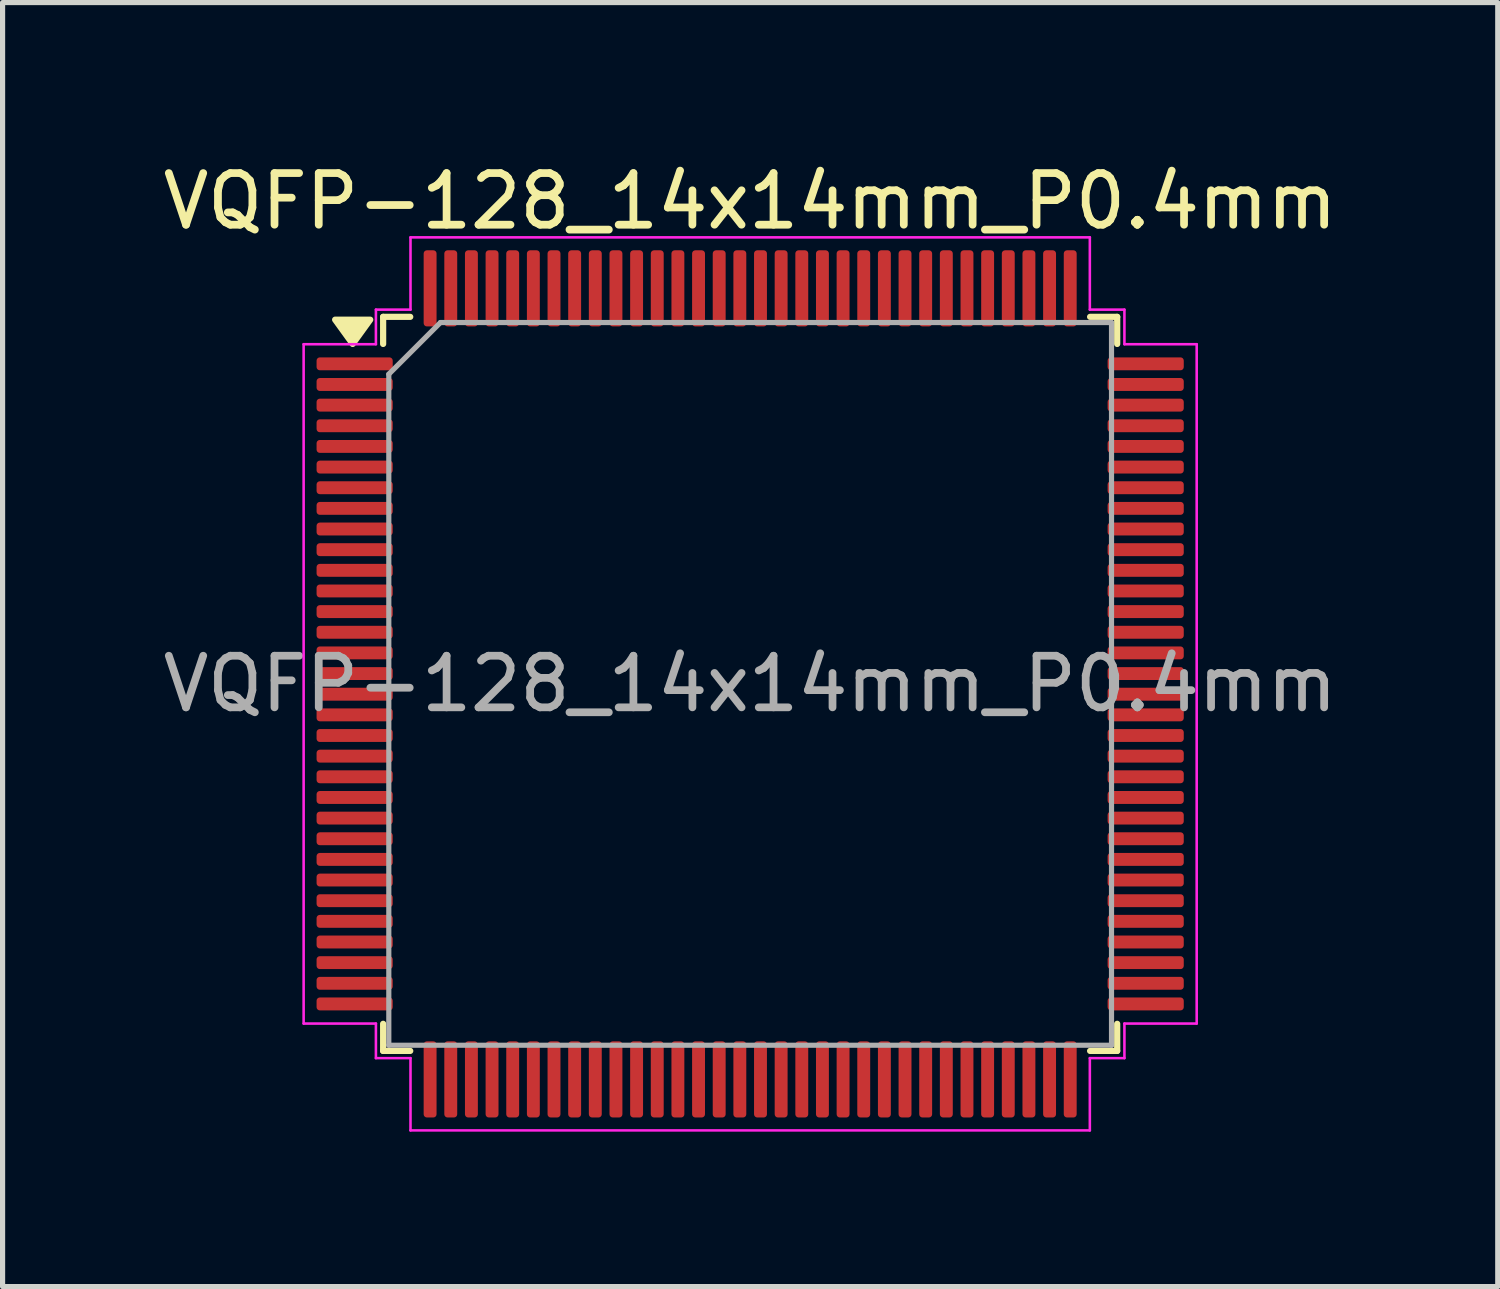
<source format=kicad_pcb>
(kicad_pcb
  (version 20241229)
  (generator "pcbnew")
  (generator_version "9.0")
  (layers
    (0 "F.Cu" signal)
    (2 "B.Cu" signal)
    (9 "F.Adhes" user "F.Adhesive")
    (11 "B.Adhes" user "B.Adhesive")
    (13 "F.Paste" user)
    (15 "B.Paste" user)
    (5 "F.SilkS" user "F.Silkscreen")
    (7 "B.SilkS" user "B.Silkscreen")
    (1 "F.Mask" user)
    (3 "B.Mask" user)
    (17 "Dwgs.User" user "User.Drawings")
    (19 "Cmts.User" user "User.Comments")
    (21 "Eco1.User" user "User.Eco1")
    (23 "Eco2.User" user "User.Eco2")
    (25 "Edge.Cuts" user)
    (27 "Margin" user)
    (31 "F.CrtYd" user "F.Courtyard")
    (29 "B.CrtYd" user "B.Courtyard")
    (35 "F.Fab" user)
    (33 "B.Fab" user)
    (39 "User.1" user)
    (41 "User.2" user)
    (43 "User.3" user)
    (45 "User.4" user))
  (footprint "VQFP-128_14x14mm_P0.4mm"
    (layer "F.Cu")
    (at 11.482 10.198)
    (property "Reference" "VQFP-128_14x14mm_P0.4mm" (at 0 -9.35 0) (layer "F.SilkS") (effects (font (size 1 1) (thickness 0.15))))
    (attr smd)
    (fp_line (start -7.11 -7.11) (end -7.11 -6.585) (stroke (width 0.12) (type solid)) (layer "F.SilkS"))
    (fp_line (start -7.11 7.11) (end -7.11 6.585) (stroke (width 0.12) (type solid)) (layer "F.SilkS"))
    (fp_line (start -6.585 -7.11) (end -7.11 -7.11) (stroke (width 0.12) (type solid)) (layer "F.SilkS"))
    (fp_line (start -6.585 7.11) (end -7.11 7.11) (stroke (width 0.12) (type solid)) (layer "F.SilkS"))
    (fp_line (start 6.585 -7.11) (end 7.11 -7.11) (stroke (width 0.12) (type solid)) (layer "F.SilkS"))
    (fp_line (start 6.585 7.11) (end 7.11 7.11) (stroke (width 0.12) (type solid)) (layer "F.SilkS"))
    (fp_line (start 7.11 -7.11) (end 7.11 -6.585) (stroke (width 0.12) (type solid)) (layer "F.SilkS"))
    (fp_line (start 7.11 7.11) (end 7.11 6.585) (stroke (width 0.12) (type solid)) (layer "F.SilkS"))
    (fp_poly (pts (xy -7.7 -6.585) (xy -8.04 -7.055) (xy -7.36 -7.055)) (stroke (width 0.12) (type solid)) (fill yes) (layer "F.SilkS"))
    (fp_line (start -8.65 -6.58) (end -7.25 -6.58) (stroke (width 0.05) (type solid)) (layer "F.CrtYd"))
    (fp_line (start -8.65 6.58) (end -8.65 -6.58) (stroke (width 0.05) (type solid)) (layer "F.CrtYd"))
    (fp_line (start -7.25 -7.25) (end -6.58 -7.25) (stroke (width 0.05) (type solid)) (layer "F.CrtYd"))
    (fp_line (start -7.25 -6.58) (end -7.25 -7.25) (stroke (width 0.05) (type solid)) (layer "F.CrtYd"))
    (fp_line (start -7.25 6.58) (end -8.65 6.58) (stroke (width 0.05) (type solid)) (layer "F.CrtYd"))
    (fp_line (start -7.25 7.25) (end -7.25 6.58) (stroke (width 0.05) (type solid)) (layer "F.CrtYd"))
    (fp_line (start -6.58 -8.65) (end 6.58 -8.65) (stroke (width 0.05) (type solid)) (layer "F.CrtYd"))
    (fp_line (start -6.58 -7.25) (end -6.58 -8.65) (stroke (width 0.05) (type solid)) (layer "F.CrtYd"))
    (fp_line (start -6.58 7.25) (end -7.25 7.25) (stroke (width 0.05) (type solid)) (layer "F.CrtYd"))
    (fp_line (start -6.58 8.65) (end -6.58 7.25) (stroke (width 0.05) (type solid)) (layer "F.CrtYd"))
    (fp_line (start 6.58 -8.65) (end 6.58 -7.25) (stroke (width 0.05) (type solid)) (layer "F.CrtYd"))
    (fp_line (start 6.58 -7.25) (end 7.25 -7.25) (stroke (width 0.05) (type solid)) (layer "F.CrtYd"))
    (fp_line (start 6.58 7.25) (end 6.58 8.65) (stroke (width 0.05) (type solid)) (layer "F.CrtYd"))
    (fp_line (start 6.58 8.65) (end -6.58 8.65) (stroke (width 0.05) (type solid)) (layer "F.CrtYd"))
    (fp_line (start 7.25 -7.25) (end 7.25 -6.58) (stroke (width 0.05) (type solid)) (layer "F.CrtYd"))
    (fp_line (start 7.25 -6.58) (end 8.65 -6.58) (stroke (width 0.05) (type solid)) (layer "F.CrtYd"))
    (fp_line (start 7.25 6.58) (end 7.25 7.25) (stroke (width 0.05) (type solid)) (layer "F.CrtYd"))
    (fp_line (start 7.25 7.25) (end 6.58 7.25) (stroke (width 0.05) (type solid)) (layer "F.CrtYd"))
    (fp_line (start 8.65 -6.58) (end 8.65 6.58) (stroke (width 0.05) (type solid)) (layer "F.CrtYd"))
    (fp_line (start 8.65 6.58) (end 7.25 6.58) (stroke (width 0.05) (type solid)) (layer "F.CrtYd"))
    (fp_line (start -7 -6) (end -6 -7) (stroke (width 0.1) (type solid)) (layer "F.Fab"))
    (fp_line (start -7 7) (end -7 -6) (stroke (width 0.1) (type solid)) (layer "F.Fab"))
    (fp_line (start -6 -7) (end 7 -7) (stroke (width 0.1) (type solid)) (layer "F.Fab"))
    (fp_line (start 7 -7) (end 7 7) (stroke (width 0.1) (type solid)) (layer "F.Fab"))
    (fp_line (start 7 7) (end -7 7) (stroke (width 0.1) (type solid)) (layer "F.Fab"))
    (fp_text user "${REFERENCE}" (at 0 0 0) (layer "F.Fab") (effects (font (size 1 1) (thickness 0.15))))
    (pad "1" smd roundrect (at -7.662 -6.2) (size 1.475 0.25) (layers "F.Cu" "F.Mask" "F.Paste") (roundrect_rratio 0.25))
    (pad "2" smd roundrect (at -7.662 -5.8) (size 1.475 0.25) (layers "F.Cu" "F.Mask" "F.Paste") (roundrect_rratio 0.25))
    (pad "3" smd roundrect (at -7.662 -5.4) (size 1.475 0.25) (layers "F.Cu" "F.Mask" "F.Paste") (roundrect_rratio 0.25))
    (pad "4" smd roundrect (at -7.662 -5) (size 1.475 0.25) (layers "F.Cu" "F.Mask" "F.Paste") (roundrect_rratio 0.25))
    (pad "5" smd roundrect (at -7.662 -4.6) (size 1.475 0.25) (layers "F.Cu" "F.Mask" "F.Paste") (roundrect_rratio 0.25))
    (pad "6" smd roundrect (at -7.662 -4.2) (size 1.475 0.25) (layers "F.Cu" "F.Mask" "F.Paste") (roundrect_rratio 0.25))
    (pad "7" smd roundrect (at -7.662 -3.8) (size 1.475 0.25) (layers "F.Cu" "F.Mask" "F.Paste") (roundrect_rratio 0.25))
    (pad "8" smd roundrect (at -7.662 -3.4) (size 1.475 0.25) (layers "F.Cu" "F.Mask" "F.Paste") (roundrect_rratio 0.25))
    (pad "9" smd roundrect (at -7.662 -3) (size 1.475 0.25) (layers "F.Cu" "F.Mask" "F.Paste") (roundrect_rratio 0.25))
    (pad "10" smd roundrect (at -7.662 -2.6) (size 1.475 0.25) (layers "F.Cu" "F.Mask" "F.Paste") (roundrect_rratio 0.25))
    (pad "11" smd roundrect (at -7.662 -2.2) (size 1.475 0.25) (layers "F.Cu" "F.Mask" "F.Paste") (roundrect_rratio 0.25))
    (pad "12" smd roundrect (at -7.662 -1.8) (size 1.475 0.25) (layers "F.Cu" "F.Mask" "F.Paste") (roundrect_rratio 0.25))
    (pad "13" smd roundrect (at -7.662 -1.4) (size 1.475 0.25) (layers "F.Cu" "F.Mask" "F.Paste") (roundrect_rratio 0.25))
    (pad "14" smd roundrect (at -7.662 -1) (size 1.475 0.25) (layers "F.Cu" "F.Mask" "F.Paste") (roundrect_rratio 0.25))
    (pad "15" smd roundrect (at -7.662 -0.6) (size 1.475 0.25) (layers "F.Cu" "F.Mask" "F.Paste") (roundrect_rratio 0.25))
    (pad "16" smd roundrect (at -7.662 -0.2) (size 1.475 0.25) (layers "F.Cu" "F.Mask" "F.Paste") (roundrect_rratio 0.25))
    (pad "17" smd roundrect (at -7.662 0.2) (size 1.475 0.25) (layers "F.Cu" "F.Mask" "F.Paste") (roundrect_rratio 0.25))
    (pad "18" smd roundrect (at -7.662 0.6) (size 1.475 0.25) (layers "F.Cu" "F.Mask" "F.Paste") (roundrect_rratio 0.25))
    (pad "19" smd roundrect (at -7.662 1) (size 1.475 0.25) (layers "F.Cu" "F.Mask" "F.Paste") (roundrect_rratio 0.25))
    (pad "20" smd roundrect (at -7.662 1.4) (size 1.475 0.25) (layers "F.Cu" "F.Mask" "F.Paste") (roundrect_rratio 0.25))
    (pad "21" smd roundrect (at -7.662 1.8) (size 1.475 0.25) (layers "F.Cu" "F.Mask" "F.Paste") (roundrect_rratio 0.25))
    (pad "22" smd roundrect (at -7.662 2.2) (size 1.475 0.25) (layers "F.Cu" "F.Mask" "F.Paste") (roundrect_rratio 0.25))
    (pad "23" smd roundrect (at -7.662 2.6) (size 1.475 0.25) (layers "F.Cu" "F.Mask" "F.Paste") (roundrect_rratio 0.25))
    (pad "24" smd roundrect (at -7.662 3) (size 1.475 0.25) (layers "F.Cu" "F.Mask" "F.Paste") (roundrect_rratio 0.25))
    (pad "25" smd roundrect (at -7.662 3.4) (size 1.475 0.25) (layers "F.Cu" "F.Mask" "F.Paste") (roundrect_rratio 0.25))
    (pad "26" smd roundrect (at -7.662 3.8) (size 1.475 0.25) (layers "F.Cu" "F.Mask" "F.Paste") (roundrect_rratio 0.25))
    (pad "27" smd roundrect (at -7.662 4.2) (size 1.475 0.25) (layers "F.Cu" "F.Mask" "F.Paste") (roundrect_rratio 0.25))
    (pad "28" smd roundrect (at -7.662 4.6) (size 1.475 0.25) (layers "F.Cu" "F.Mask" "F.Paste") (roundrect_rratio 0.25))
    (pad "29" smd roundrect (at -7.662 5) (size 1.475 0.25) (layers "F.Cu" "F.Mask" "F.Paste") (roundrect_rratio 0.25))
    (pad "30" smd roundrect (at -7.662 5.4) (size 1.475 0.25) (layers "F.Cu" "F.Mask" "F.Paste") (roundrect_rratio 0.25))
    (pad "31" smd roundrect (at -7.662 5.8) (size 1.475 0.25) (layers "F.Cu" "F.Mask" "F.Paste") (roundrect_rratio 0.25))
    (pad "32" smd roundrect (at -7.662 6.2) (size 1.475 0.25) (layers "F.Cu" "F.Mask" "F.Paste") (roundrect_rratio 0.25))
    (pad "33" smd roundrect (at -6.2 7.662) (size 0.25 1.475) (layers "F.Cu" "F.Mask" "F.Paste") (roundrect_rratio 0.25))
    (pad "34" smd roundrect (at -5.8 7.662) (size 0.25 1.475) (layers "F.Cu" "F.Mask" "F.Paste") (roundrect_rratio 0.25))
    (pad "35" smd roundrect (at -5.4 7.662) (size 0.25 1.475) (layers "F.Cu" "F.Mask" "F.Paste") (roundrect_rratio 0.25))
    (pad "36" smd roundrect (at -5 7.662) (size 0.25 1.475) (layers "F.Cu" "F.Mask" "F.Paste") (roundrect_rratio 0.25))
    (pad "37" smd roundrect (at -4.6 7.662) (size 0.25 1.475) (layers "F.Cu" "F.Mask" "F.Paste") (roundrect_rratio 0.25))
    (pad "38" smd roundrect (at -4.2 7.662) (size 0.25 1.475) (layers "F.Cu" "F.Mask" "F.Paste") (roundrect_rratio 0.25))
    (pad "39" smd roundrect (at -3.8 7.662) (size 0.25 1.475) (layers "F.Cu" "F.Mask" "F.Paste") (roundrect_rratio 0.25))
    (pad "40" smd roundrect (at -3.4 7.662) (size 0.25 1.475) (layers "F.Cu" "F.Mask" "F.Paste") (roundrect_rratio 0.25))
    (pad "41" smd roundrect (at -3 7.662) (size 0.25 1.475) (layers "F.Cu" "F.Mask" "F.Paste") (roundrect_rratio 0.25))
    (pad "42" smd roundrect (at -2.6 7.662) (size 0.25 1.475) (layers "F.Cu" "F.Mask" "F.Paste") (roundrect_rratio 0.25))
    (pad "43" smd roundrect (at -2.2 7.662) (size 0.25 1.475) (layers "F.Cu" "F.Mask" "F.Paste") (roundrect_rratio 0.25))
    (pad "44" smd roundrect (at -1.8 7.662) (size 0.25 1.475) (layers "F.Cu" "F.Mask" "F.Paste") (roundrect_rratio 0.25))
    (pad "45" smd roundrect (at -1.4 7.662) (size 0.25 1.475) (layers "F.Cu" "F.Mask" "F.Paste") (roundrect_rratio 0.25))
    (pad "46" smd roundrect (at -1 7.662) (size 0.25 1.475) (layers "F.Cu" "F.Mask" "F.Paste") (roundrect_rratio 0.25))
    (pad "47" smd roundrect (at -0.6 7.662) (size 0.25 1.475) (layers "F.Cu" "F.Mask" "F.Paste") (roundrect_rratio 0.25))
    (pad "48" smd roundrect (at -0.2 7.662) (size 0.25 1.475) (layers "F.Cu" "F.Mask" "F.Paste") (roundrect_rratio 0.25))
    (pad "49" smd roundrect (at 0.2 7.662) (size 0.25 1.475) (layers "F.Cu" "F.Mask" "F.Paste") (roundrect_rratio 0.25))
    (pad "50" smd roundrect (at 0.6 7.662) (size 0.25 1.475) (layers "F.Cu" "F.Mask" "F.Paste") (roundrect_rratio 0.25))
    (pad "51" smd roundrect (at 1 7.662) (size 0.25 1.475) (layers "F.Cu" "F.Mask" "F.Paste") (roundrect_rratio 0.25))
    (pad "52" smd roundrect (at 1.4 7.662) (size 0.25 1.475) (layers "F.Cu" "F.Mask" "F.Paste") (roundrect_rratio 0.25))
    (pad "53" smd roundrect (at 1.8 7.662) (size 0.25 1.475) (layers "F.Cu" "F.Mask" "F.Paste") (roundrect_rratio 0.25))
    (pad "54" smd roundrect (at 2.2 7.662) (size 0.25 1.475) (layers "F.Cu" "F.Mask" "F.Paste") (roundrect_rratio 0.25))
    (pad "55" smd roundrect (at 2.6 7.662) (size 0.25 1.475) (layers "F.Cu" "F.Mask" "F.Paste") (roundrect_rratio 0.25))
    (pad "56" smd roundrect (at 3 7.662) (size 0.25 1.475) (layers "F.Cu" "F.Mask" "F.Paste") (roundrect_rratio 0.25))
    (pad "57" smd roundrect (at 3.4 7.662) (size 0.25 1.475) (layers "F.Cu" "F.Mask" "F.Paste") (roundrect_rratio 0.25))
    (pad "58" smd roundrect (at 3.8 7.662) (size 0.25 1.475) (layers "F.Cu" "F.Mask" "F.Paste") (roundrect_rratio 0.25))
    (pad "59" smd roundrect (at 4.2 7.662) (size 0.25 1.475) (layers "F.Cu" "F.Mask" "F.Paste") (roundrect_rratio 0.25))
    (pad "60" smd roundrect (at 4.6 7.662) (size 0.25 1.475) (layers "F.Cu" "F.Mask" "F.Paste") (roundrect_rratio 0.25))
    (pad "61" smd roundrect (at 5 7.662) (size 0.25 1.475) (layers "F.Cu" "F.Mask" "F.Paste") (roundrect_rratio 0.25))
    (pad "62" smd roundrect (at 5.4 7.662) (size 0.25 1.475) (layers "F.Cu" "F.Mask" "F.Paste") (roundrect_rratio 0.25))
    (pad "63" smd roundrect (at 5.8 7.662) (size 0.25 1.475) (layers "F.Cu" "F.Mask" "F.Paste") (roundrect_rratio 0.25))
    (pad "64" smd roundrect (at 6.2 7.662) (size 0.25 1.475) (layers "F.Cu" "F.Mask" "F.Paste") (roundrect_rratio 0.25))
    (pad "65" smd roundrect (at 7.662 6.2) (size 1.475 0.25) (layers "F.Cu" "F.Mask" "F.Paste") (roundrect_rratio 0.25))
    (pad "66" smd roundrect (at 7.662 5.8) (size 1.475 0.25) (layers "F.Cu" "F.Mask" "F.Paste") (roundrect_rratio 0.25))
    (pad "67" smd roundrect (at 7.662 5.4) (size 1.475 0.25) (layers "F.Cu" "F.Mask" "F.Paste") (roundrect_rratio 0.25))
    (pad "68" smd roundrect (at 7.662 5) (size 1.475 0.25) (layers "F.Cu" "F.Mask" "F.Paste") (roundrect_rratio 0.25))
    (pad "69" smd roundrect (at 7.662 4.6) (size 1.475 0.25) (layers "F.Cu" "F.Mask" "F.Paste") (roundrect_rratio 0.25))
    (pad "70" smd roundrect (at 7.662 4.2) (size 1.475 0.25) (layers "F.Cu" "F.Mask" "F.Paste") (roundrect_rratio 0.25))
    (pad "71" smd roundrect (at 7.662 3.8) (size 1.475 0.25) (layers "F.Cu" "F.Mask" "F.Paste") (roundrect_rratio 0.25))
    (pad "72" smd roundrect (at 7.662 3.4) (size 1.475 0.25) (layers "F.Cu" "F.Mask" "F.Paste") (roundrect_rratio 0.25))
    (pad "73" smd roundrect (at 7.662 3) (size 1.475 0.25) (layers "F.Cu" "F.Mask" "F.Paste") (roundrect_rratio 0.25))
    (pad "74" smd roundrect (at 7.662 2.6) (size 1.475 0.25) (layers "F.Cu" "F.Mask" "F.Paste") (roundrect_rratio 0.25))
    (pad "75" smd roundrect (at 7.662 2.2) (size 1.475 0.25) (layers "F.Cu" "F.Mask" "F.Paste") (roundrect_rratio 0.25))
    (pad "76" smd roundrect (at 7.662 1.8) (size 1.475 0.25) (layers "F.Cu" "F.Mask" "F.Paste") (roundrect_rratio 0.25))
    (pad "77" smd roundrect (at 7.662 1.4) (size 1.475 0.25) (layers "F.Cu" "F.Mask" "F.Paste") (roundrect_rratio 0.25))
    (pad "78" smd roundrect (at 7.662 1) (size 1.475 0.25) (layers "F.Cu" "F.Mask" "F.Paste") (roundrect_rratio 0.25))
    (pad "79" smd roundrect (at 7.662 0.6) (size 1.475 0.25) (layers "F.Cu" "F.Mask" "F.Paste") (roundrect_rratio 0.25))
    (pad "80" smd roundrect (at 7.662 0.2) (size 1.475 0.25) (layers "F.Cu" "F.Mask" "F.Paste") (roundrect_rratio 0.25))
    (pad "81" smd roundrect (at 7.662 -0.2) (size 1.475 0.25) (layers "F.Cu" "F.Mask" "F.Paste") (roundrect_rratio 0.25))
    (pad "82" smd roundrect (at 7.662 -0.6) (size 1.475 0.25) (layers "F.Cu" "F.Mask" "F.Paste") (roundrect_rratio 0.25))
    (pad "83" smd roundrect (at 7.662 -1) (size 1.475 0.25) (layers "F.Cu" "F.Mask" "F.Paste") (roundrect_rratio 0.25))
    (pad "84" smd roundrect (at 7.662 -1.4) (size 1.475 0.25) (layers "F.Cu" "F.Mask" "F.Paste") (roundrect_rratio 0.25))
    (pad "85" smd roundrect (at 7.662 -1.8) (size 1.475 0.25) (layers "F.Cu" "F.Mask" "F.Paste") (roundrect_rratio 0.25))
    (pad "86" smd roundrect (at 7.662 -2.2) (size 1.475 0.25) (layers "F.Cu" "F.Mask" "F.Paste") (roundrect_rratio 0.25))
    (pad "87" smd roundrect (at 7.662 -2.6) (size 1.475 0.25) (layers "F.Cu" "F.Mask" "F.Paste") (roundrect_rratio 0.25))
    (pad "88" smd roundrect (at 7.662 -3) (size 1.475 0.25) (layers "F.Cu" "F.Mask" "F.Paste") (roundrect_rratio 0.25))
    (pad "89" smd roundrect (at 7.662 -3.4) (size 1.475 0.25) (layers "F.Cu" "F.Mask" "F.Paste") (roundrect_rratio 0.25))
    (pad "90" smd roundrect (at 7.662 -3.8) (size 1.475 0.25) (layers "F.Cu" "F.Mask" "F.Paste") (roundrect_rratio 0.25))
    (pad "91" smd roundrect (at 7.662 -4.2) (size 1.475 0.25) (layers "F.Cu" "F.Mask" "F.Paste") (roundrect_rratio 0.25))
    (pad "92" smd roundrect (at 7.662 -4.6) (size 1.475 0.25) (layers "F.Cu" "F.Mask" "F.Paste") (roundrect_rratio 0.25))
    (pad "93" smd roundrect (at 7.662 -5) (size 1.475 0.25) (layers "F.Cu" "F.Mask" "F.Paste") (roundrect_rratio 0.25))
    (pad "94" smd roundrect (at 7.662 -5.4) (size 1.475 0.25) (layers "F.Cu" "F.Mask" "F.Paste") (roundrect_rratio 0.25))
    (pad "95" smd roundrect (at 7.662 -5.8) (size 1.475 0.25) (layers "F.Cu" "F.Mask" "F.Paste") (roundrect_rratio 0.25))
    (pad "96" smd roundrect (at 7.662 -6.2) (size 1.475 0.25) (layers "F.Cu" "F.Mask" "F.Paste") (roundrect_rratio 0.25))
    (pad "97" smd roundrect (at 6.2 -7.662) (size 0.25 1.475) (layers "F.Cu" "F.Mask" "F.Paste") (roundrect_rratio 0.25))
    (pad "98" smd roundrect (at 5.8 -7.662) (size 0.25 1.475) (layers "F.Cu" "F.Mask" "F.Paste") (roundrect_rratio 0.25))
    (pad "99" smd roundrect (at 5.4 -7.662) (size 0.25 1.475) (layers "F.Cu" "F.Mask" "F.Paste") (roundrect_rratio 0.25))
    (pad "100" smd roundrect (at 5 -7.662) (size 0.25 1.475) (layers "F.Cu" "F.Mask" "F.Paste") (roundrect_rratio 0.25))
    (pad "101" smd roundrect (at 4.6 -7.662) (size 0.25 1.475) (layers "F.Cu" "F.Mask" "F.Paste") (roundrect_rratio 0.25))
    (pad "102" smd roundrect (at 4.2 -7.662) (size 0.25 1.475) (layers "F.Cu" "F.Mask" "F.Paste") (roundrect_rratio 0.25))
    (pad "103" smd roundrect (at 3.8 -7.662) (size 0.25 1.475) (layers "F.Cu" "F.Mask" "F.Paste") (roundrect_rratio 0.25))
    (pad "104" smd roundrect (at 3.4 -7.662) (size 0.25 1.475) (layers "F.Cu" "F.Mask" "F.Paste") (roundrect_rratio 0.25))
    (pad "105" smd roundrect (at 3 -7.662) (size 0.25 1.475) (layers "F.Cu" "F.Mask" "F.Paste") (roundrect_rratio 0.25))
    (pad "106" smd roundrect (at 2.6 -7.662) (size 0.25 1.475) (layers "F.Cu" "F.Mask" "F.Paste") (roundrect_rratio 0.25))
    (pad "107" smd roundrect (at 2.2 -7.662) (size 0.25 1.475) (layers "F.Cu" "F.Mask" "F.Paste") (roundrect_rratio 0.25))
    (pad "108" smd roundrect (at 1.8 -7.662) (size 0.25 1.475) (layers "F.Cu" "F.Mask" "F.Paste") (roundrect_rratio 0.25))
    (pad "109" smd roundrect (at 1.4 -7.662) (size 0.25 1.475) (layers "F.Cu" "F.Mask" "F.Paste") (roundrect_rratio 0.25))
    (pad "110" smd roundrect (at 1 -7.662) (size 0.25 1.475) (layers "F.Cu" "F.Mask" "F.Paste") (roundrect_rratio 0.25))
    (pad "111" smd roundrect (at 0.6 -7.662) (size 0.25 1.475) (layers "F.Cu" "F.Mask" "F.Paste") (roundrect_rratio 0.25))
    (pad "112" smd roundrect (at 0.2 -7.662) (size 0.25 1.475) (layers "F.Cu" "F.Mask" "F.Paste") (roundrect_rratio 0.25))
    (pad "113" smd roundrect (at -0.2 -7.662) (size 0.25 1.475) (layers "F.Cu" "F.Mask" "F.Paste") (roundrect_rratio 0.25))
    (pad "114" smd roundrect (at -0.6 -7.662) (size 0.25 1.475) (layers "F.Cu" "F.Mask" "F.Paste") (roundrect_rratio 0.25))
    (pad "115" smd roundrect (at -1 -7.662) (size 0.25 1.475) (layers "F.Cu" "F.Mask" "F.Paste") (roundrect_rratio 0.25))
    (pad "116" smd roundrect (at -1.4 -7.662) (size 0.25 1.475) (layers "F.Cu" "F.Mask" "F.Paste") (roundrect_rratio 0.25))
    (pad "117" smd roundrect (at -1.8 -7.662) (size 0.25 1.475) (layers "F.Cu" "F.Mask" "F.Paste") (roundrect_rratio 0.25))
    (pad "118" smd roundrect (at -2.2 -7.662) (size 0.25 1.475) (layers "F.Cu" "F.Mask" "F.Paste") (roundrect_rratio 0.25))
    (pad "119" smd roundrect (at -2.6 -7.662) (size 0.25 1.475) (layers "F.Cu" "F.Mask" "F.Paste") (roundrect_rratio 0.25))
    (pad "120" smd roundrect (at -3 -7.662) (size 0.25 1.475) (layers "F.Cu" "F.Mask" "F.Paste") (roundrect_rratio 0.25))
    (pad "121" smd roundrect (at -3.4 -7.662) (size 0.25 1.475) (layers "F.Cu" "F.Mask" "F.Paste") (roundrect_rratio 0.25))
    (pad "122" smd roundrect (at -3.8 -7.662) (size 0.25 1.475) (layers "F.Cu" "F.Mask" "F.Paste") (roundrect_rratio 0.25))
    (pad "123" smd roundrect (at -4.2 -7.662) (size 0.25 1.475) (layers "F.Cu" "F.Mask" "F.Paste") (roundrect_rratio 0.25))
    (pad "124" smd roundrect (at -4.6 -7.662) (size 0.25 1.475) (layers "F.Cu" "F.Mask" "F.Paste") (roundrect_rratio 0.25))
    (pad "125" smd roundrect (at -5 -7.662) (size 0.25 1.475) (layers "F.Cu" "F.Mask" "F.Paste") (roundrect_rratio 0.25))
    (pad "126" smd roundrect (at -5.4 -7.662) (size 0.25 1.475) (layers "F.Cu" "F.Mask" "F.Paste") (roundrect_rratio 0.25))
    (pad "127" smd roundrect (at -5.8 -7.662) (size 0.25 1.475) (layers "F.Cu" "F.Mask" "F.Paste") (roundrect_rratio 0.25))
    (pad "128" smd roundrect (at -6.2 -7.662) (size 0.25 1.475) (layers "F.Cu" "F.Mask" "F.Paste") (roundrect_rratio 0.25)))
  (gr_rect
    (start -3 -3)
    (end 25.964 21.873)
    (stroke (width 0.1) (type default))
    (fill no)
    (layer "Edge.Cuts")))
</source>
